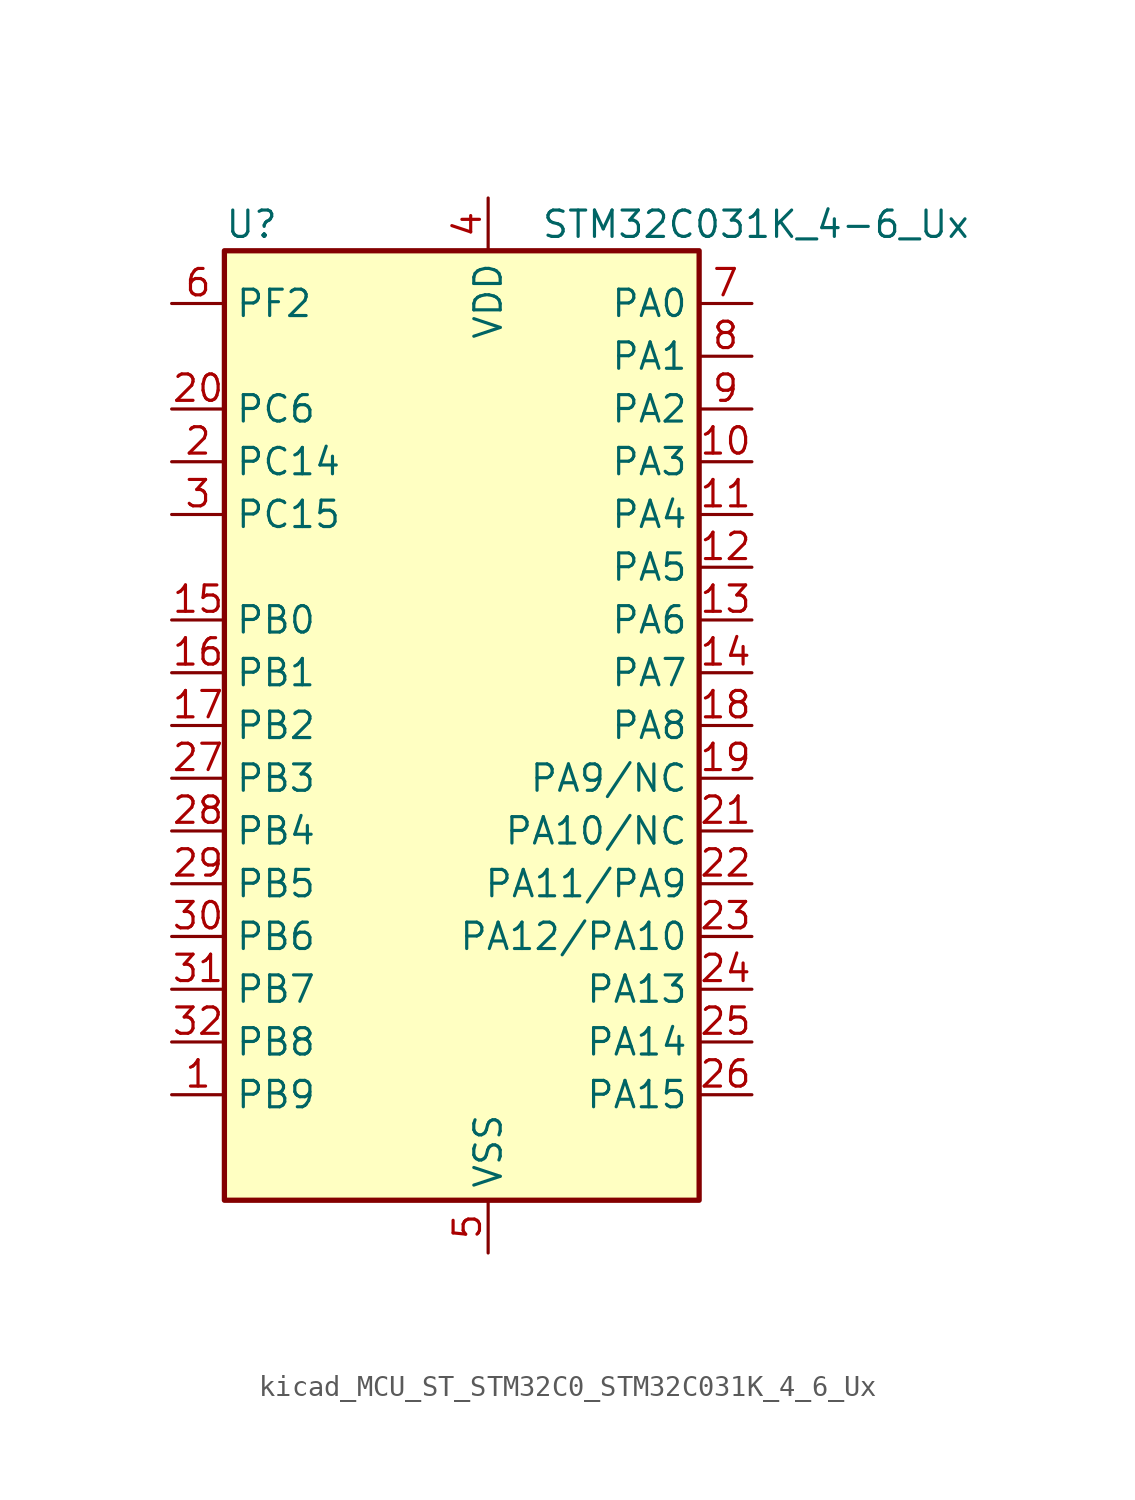
<source format=kicad_sym>
(kicad_symbol_lib
  (version 20220914)
  (generator kicad_symbol_editor)
  (symbol "kicad_MCU_ST_STM32C0_STM32C031K_4_6_Ux"
    (property "Reference" "U"
      (at -10.16 24.13 0)
      (effects (font (size 1.27 1.27)) (justify left)))
    (property "Value" "STM32C031K_4-6_Ux"
      (at 5.08 24.13 0)
      (effects (font (size 1.27 1.27)) (justify left)))
    (property "ki_locked" ""
      (at 0 0 0)
      (effects (font (size 1.27 1.27))))
    (symbol "kicad_MCU_ST_STM32C0_STM32C031K_4_6_Ux_0_1"
      (rectangle (start -10.16 -22.86) (end 12.7 22.86) (stroke (width 0.254) (type default)) (fill (type background))))
    (symbol "kicad_MCU_ST_STM32C0_STM32C031K_4_6_Ux_1_1"
      (pin bidirectional line (at -12.7 -17.78 0) (length 2.54) (name "PB9" (effects (font (size 1.27 1.27)))) (number "1" (effects (font (size 1.27 1.27)))) (alternate "I2C1_SDA" bidirectional line) (alternate "IR_OUT" bidirectional line) (alternate "TIM17_CH1" bidirectional line) (alternate "TIM3_CH2" bidirectional line) (alternate "USART2_CK" bidirectional line) (alternate "USART2_DE" bidirectional line) (alternate "USART2_RTS" bidirectional line))
      (pin bidirectional line (at 15.24 12.7 180) (length 2.54) (name "PA3" (effects (font (size 1.27 1.27)))) (number "10" (effects (font (size 1.27 1.27)))) (alternate "ADC1_IN3" bidirectional line) (alternate "TIM1_CH1N" bidirectional line) (alternate "TIM1_CH4" bidirectional line) (alternate "USART2_RX" bidirectional line))
      (pin bidirectional line (at 15.24 10.16 180) (length 2.54) (name "PA4" (effects (font (size 1.27 1.27)))) (number "11" (effects (font (size 1.27 1.27)))) (alternate "ADC1_IN4" bidirectional line) (alternate "I2S1_WS" bidirectional line) (alternate "PWR_WKUP2" bidirectional line) (alternate "RTC_OUT1" bidirectional line) (alternate "RTC_TS" bidirectional line) (alternate "SPI1_NSS" bidirectional line) (alternate "TIM14_CH1" bidirectional line) (alternate "TIM17_CH1N" bidirectional line) (alternate "TIM1_CH2N" bidirectional line) (alternate "USART2_TX" bidirectional line))
      (pin bidirectional line (at 15.24 7.62 180) (length 2.54) (name "PA5" (effects (font (size 1.27 1.27)))) (number "12" (effects (font (size 1.27 1.27)))) (alternate "ADC1_IN5" bidirectional line) (alternate "I2S1_CK" bidirectional line) (alternate "SPI1_SCK" bidirectional line) (alternate "TIM1_CH1" bidirectional line) (alternate "TIM1_CH3N" bidirectional line) (alternate "USART2_RX" bidirectional line))
      (pin bidirectional line (at 15.24 5.08 180) (length 2.54) (name "PA6" (effects (font (size 1.27 1.27)))) (number "13" (effects (font (size 1.27 1.27)))) (alternate "ADC1_IN6" bidirectional line) (alternate "I2S1_MCK" bidirectional line) (alternate "SPI1_MISO" bidirectional line) (alternate "TIM16_CH1" bidirectional line) (alternate "TIM1_BKIN" bidirectional line) (alternate "TIM3_CH1" bidirectional line))
      (pin bidirectional line (at 15.24 2.54 180) (length 2.54) (name "PA7" (effects (font (size 1.27 1.27)))) (number "14" (effects (font (size 1.27 1.27)))) (alternate "ADC1_IN7" bidirectional line) (alternate "I2S1_SD" bidirectional line) (alternate "SPI1_MOSI" bidirectional line) (alternate "TIM14_CH1" bidirectional line) (alternate "TIM17_CH1" bidirectional line) (alternate "TIM1_CH1N" bidirectional line) (alternate "TIM3_CH2" bidirectional line))
      (pin bidirectional line (at -12.7 5.08 0) (length 2.54) (name "PB0" (effects (font (size 1.27 1.27)))) (number "15" (effects (font (size 1.27 1.27)))) (alternate "ADC1_IN17" bidirectional line) (alternate "I2S1_WS" bidirectional line) (alternate "SPI1_NSS" bidirectional line) (alternate "TIM1_CH2N" bidirectional line) (alternate "TIM3_CH3" bidirectional line))
      (pin bidirectional line (at -12.7 2.54 0) (length 2.54) (name "PB1" (effects (font (size 1.27 1.27)))) (number "16" (effects (font (size 1.27 1.27)))) (alternate "ADC1_IN18" bidirectional line) (alternate "TIM14_CH1" bidirectional line) (alternate "TIM1_CH2N" bidirectional line) (alternate "TIM1_CH3N" bidirectional line) (alternate "TIM3_CH4" bidirectional line))
      (pin bidirectional line (at -12.7 0 0) (length 2.54) (name "PB2" (effects (font (size 1.27 1.27)))) (number "17" (effects (font (size 1.27 1.27)))) (alternate "ADC1_IN19" bidirectional line) (alternate "RCC_MCO_2" bidirectional line) (alternate "USART1_RX" bidirectional line))
      (pin bidirectional line (at 15.24 0 180) (length 2.54) (name "PA8" (effects (font (size 1.27 1.27)))) (number "18" (effects (font (size 1.27 1.27)))) (alternate "ADC1_IN8" bidirectional line) (alternate "I2S1_WS" bidirectional line) (alternate "RCC_MCO" bidirectional line) (alternate "RCC_MCO_2" bidirectional line) (alternate "SPI1_NSS" bidirectional line) (alternate "TIM14_CH1" bidirectional line) (alternate "TIM1_CH1" bidirectional line) (alternate "TIM1_CH2N" bidirectional line) (alternate "TIM1_CH3N" bidirectional line) (alternate "TIM3_CH3" bidirectional line) (alternate "TIM3_CH4" bidirectional line) (alternate "USART1_RX" bidirectional line) (alternate "USART2_TX" bidirectional line))
      (pin bidirectional line (at 15.24 -2.54 180) (length 2.54) (name "PA9/NC" (effects (font (size 1.27 1.27)))) (number "19" (effects (font (size 1.27 1.27)))) (alternate "I2C1_SCL" bidirectional line) (alternate "RCC_MCO" bidirectional line) (alternate "TIM1_CH2" bidirectional line) (alternate "TIM3_ETR" bidirectional line) (alternate "USART1_TX" bidirectional line))
      (pin bidirectional line (at -12.7 12.7 0) (length 2.54) (name "PC14" (effects (font (size 1.27 1.27)))) (number "2" (effects (font (size 1.27 1.27)))) (alternate "I2C1_SDA" bidirectional line) (alternate "IR_OUT" bidirectional line) (alternate "RCC_OSCX_IN" bidirectional line) (alternate "TIM17_CH1" bidirectional line) (alternate "TIM1_BKIN2" bidirectional line) (alternate "TIM1_ETR" bidirectional line) (alternate "TIM3_CH2" bidirectional line) (alternate "USART1_TX" bidirectional line) (alternate "USART2_CK" bidirectional line) (alternate "USART2_DE" bidirectional line) (alternate "USART2_RTS" bidirectional line))
      (pin bidirectional line (at -12.7 15.24 0) (length 2.54) (name "PC6" (effects (font (size 1.27 1.27)))) (number "20" (effects (font (size 1.27 1.27)))) (alternate "TIM3_CH1" bidirectional line))
      (pin bidirectional line (at 15.24 -5.08 180) (length 2.54) (name "PA10/NC" (effects (font (size 1.27 1.27)))) (number "21" (effects (font (size 1.27 1.27)))) (alternate "I2C1_SDA" bidirectional line) (alternate "RCC_MCO_2" bidirectional line) (alternate "TIM17_BKIN" bidirectional line) (alternate "TIM1_CH3" bidirectional line) (alternate "USART1_RX" bidirectional line))
      (pin bidirectional line (at 15.24 -7.62 180) (length 2.54) (name "PA11/PA9" (effects (font (size 1.27 1.27)))) (number "22" (effects (font (size 1.27 1.27)))) (alternate "ADC1_EXTI11" bidirectional line) (alternate "ADC1_IN11" bidirectional line) (alternate "I2S1_MCK" bidirectional line) (alternate "SPI1_MISO" bidirectional line) (alternate "TIM1_BKIN2" bidirectional line) (alternate "TIM1_CH4" bidirectional line) (alternate "USART1_CTS" bidirectional line) (alternate "USART1_NSS" bidirectional line))
      (pin bidirectional line (at 15.24 -10.16 180) (length 2.54) (name "PA12/PA10" (effects (font (size 1.27 1.27)))) (number "23" (effects (font (size 1.27 1.27)))) (alternate "ADC1_IN12" bidirectional line) (alternate "I2S1_SD" bidirectional line) (alternate "I2S_CKIN" bidirectional line) (alternate "SPI1_MOSI" bidirectional line) (alternate "TIM1_ETR" bidirectional line) (alternate "USART1_CK" bidirectional line) (alternate "USART1_DE" bidirectional line) (alternate "USART1_RTS" bidirectional line))
      (pin bidirectional line (at 15.24 -12.7 180) (length 2.54) (name "PA13" (effects (font (size 1.27 1.27)))) (number "24" (effects (font (size 1.27 1.27)))) (alternate "ADC1_IN13" bidirectional line) (alternate "DEBUG_SWDIO" bidirectional line) (alternate "IR_OUT" bidirectional line) (alternate "TIM3_ETR" bidirectional line) (alternate "USART2_RX" bidirectional line))
      (pin bidirectional line (at 15.24 -15.24 180) (length 2.54) (name "PA14" (effects (font (size 1.27 1.27)))) (number "25" (effects (font (size 1.27 1.27)))) (alternate "ADC1_IN14" bidirectional line) (alternate "DEBUG_SWCLK" bidirectional line) (alternate "I2S1_WS" bidirectional line) (alternate "RCC_MCO_2" bidirectional line) (alternate "SPI1_NSS" bidirectional line) (alternate "TIM1_CH1" bidirectional line) (alternate "USART1_CK" bidirectional line) (alternate "USART1_DE" bidirectional line) (alternate "USART1_RTS" bidirectional line) (alternate "USART2_RX" bidirectional line) (alternate "USART2_TX" bidirectional line))
      (pin bidirectional line (at 15.24 -17.78 180) (length 2.54) (name "PA15" (effects (font (size 1.27 1.27)))) (number "26" (effects (font (size 1.27 1.27)))) (alternate "I2S1_WS" bidirectional line) (alternate "RCC_MCO_2" bidirectional line) (alternate "SPI1_NSS" bidirectional line) (alternate "TIM1_CH1" bidirectional line) (alternate "USART1_CK" bidirectional line) (alternate "USART1_DE" bidirectional line) (alternate "USART1_RTS" bidirectional line) (alternate "USART2_RX" bidirectional line))
      (pin bidirectional line (at -12.7 -2.54 0) (length 2.54) (name "PB3" (effects (font (size 1.27 1.27)))) (number "27" (effects (font (size 1.27 1.27)))) (alternate "I2S1_CK" bidirectional line) (alternate "SPI1_SCK" bidirectional line) (alternate "TIM1_CH2" bidirectional line) (alternate "TIM3_CH2" bidirectional line) (alternate "USART1_CK" bidirectional line) (alternate "USART1_DE" bidirectional line) (alternate "USART1_RTS" bidirectional line))
      (pin bidirectional line (at -12.7 -5.08 0) (length 2.54) (name "PB4" (effects (font (size 1.27 1.27)))) (number "28" (effects (font (size 1.27 1.27)))) (alternate "I2S1_MCK" bidirectional line) (alternate "SPI1_MISO" bidirectional line) (alternate "TIM17_BKIN" bidirectional line) (alternate "TIM3_CH1" bidirectional line) (alternate "USART1_CTS" bidirectional line) (alternate "USART1_NSS" bidirectional line))
      (pin bidirectional line (at -12.7 -7.62 0) (length 2.54) (name "PB5" (effects (font (size 1.27 1.27)))) (number "29" (effects (font (size 1.27 1.27)))) (alternate "I2C1_SMBA" bidirectional line) (alternate "I2S1_SD" bidirectional line) (alternate "PWR_WKUP6" bidirectional line) (alternate "SPI1_MOSI" bidirectional line) (alternate "TIM16_BKIN" bidirectional line) (alternate "TIM3_CH2" bidirectional line) (alternate "TIM3_CH3" bidirectional line))
      (pin bidirectional line (at -12.7 10.16 0) (length 2.54) (name "PC15" (effects (font (size 1.27 1.27)))) (number "3" (effects (font (size 1.27 1.27)))) (alternate "RCC_OSC32_EN" bidirectional line) (alternate "RCC_OSCX_OUT" bidirectional line) (alternate "RCC_OSC_EN" bidirectional line) (alternate "TIM1_ETR" bidirectional line) (alternate "TIM3_CH3" bidirectional line))
      (pin bidirectional line (at -12.7 -10.16 0) (length 2.54) (name "PB6" (effects (font (size 1.27 1.27)))) (number "30" (effects (font (size 1.27 1.27)))) (alternate "I2C1_SCL" bidirectional line) (alternate "I2C1_SMBA" bidirectional line) (alternate "I2S1_CK" bidirectional line) (alternate "I2S1_MCK" bidirectional line) (alternate "I2S1_SD" bidirectional line) (alternate "PWR_WKUP3" bidirectional line) (alternate "SPI1_MISO" bidirectional line) (alternate "SPI1_MOSI" bidirectional line) (alternate "SPI1_SCK" bidirectional line) (alternate "TIM16_BKIN" bidirectional line) (alternate "TIM16_CH1N" bidirectional line) (alternate "TIM17_BKIN" bidirectional line) (alternate "TIM1_CH2" bidirectional line) (alternate "TIM1_CH3" bidirectional line) (alternate "TIM3_CH1" bidirectional line) (alternate "TIM3_CH2" bidirectional line) (alternate "TIM3_CH3" bidirectional line) (alternate "USART1_CK" bidirectional line) (alternate "USART1_CTS" bidirectional line) (alternate "USART1_DE" bidirectional line) (alternate "USART1_NSS" bidirectional line) (alternate "USART1_RTS" bidirectional line) (alternate "USART1_TX" bidirectional line))
      (pin bidirectional line (at -12.7 -12.7 0) (length 2.54) (name "PB7" (effects (font (size 1.27 1.27)))) (number "31" (effects (font (size 1.27 1.27)))) (alternate "I2C1_SCL" bidirectional line) (alternate "I2C1_SDA" bidirectional line) (alternate "RTC_REFIN" bidirectional line) (alternate "TIM16_CH1" bidirectional line) (alternate "TIM17_CH1N" bidirectional line) (alternate "TIM1_CH4" bidirectional line) (alternate "TIM3_CH1" bidirectional line) (alternate "TIM3_CH4" bidirectional line) (alternate "USART1_RX" bidirectional line) (alternate "USART2_CTS" bidirectional line) (alternate "USART2_NSS" bidirectional line))
      (pin bidirectional line (at -12.7 -15.24 0) (length 2.54) (name "PB8" (effects (font (size 1.27 1.27)))) (number "32" (effects (font (size 1.27 1.27)))) (alternate "I2C1_SCL" bidirectional line) (alternate "TIM16_CH1" bidirectional line) (alternate "TIM3_CH1" bidirectional line) (alternate "USART2_CTS" bidirectional line) (alternate "USART2_NSS" bidirectional line))
      (pin passive line (at 2.54 -25.4 90) (length 2.54) hide (name "VSS" (effects (font (size 1.27 1.27)))) (number "33" (effects (font (size 1.27 1.27)))))
      (pin power_in line (at 2.54 25.4 270) (length 2.54) (name "VDD" (effects (font (size 1.27 1.27)))) (number "4" (effects (font (size 1.27 1.27)))))
      (pin power_in line (at 2.54 -25.4 90) (length 2.54) (name "VSS" (effects (font (size 1.27 1.27)))) (number "5" (effects (font (size 1.27 1.27)))))
      (pin bidirectional line (at -12.7 20.32 0) (length 2.54) (name "PF2" (effects (font (size 1.27 1.27)))) (number "6" (effects (font (size 1.27 1.27)))) (alternate "RCC_MCO" bidirectional line) (alternate "TIM1_CH4" bidirectional line))
      (pin bidirectional line (at 15.24 20.32 180) (length 2.54) (name "PA0" (effects (font (size 1.27 1.27)))) (number "7" (effects (font (size 1.27 1.27)))) (alternate "ADC1_IN0" bidirectional line) (alternate "PWR_WKUP1" bidirectional line) (alternate "TIM16_CH1" bidirectional line) (alternate "TIM1_CH1" bidirectional line) (alternate "USART1_TX" bidirectional line) (alternate "USART2_CTS" bidirectional line) (alternate "USART2_NSS" bidirectional line))
      (pin bidirectional line (at 15.24 17.78 180) (length 2.54) (name "PA1" (effects (font (size 1.27 1.27)))) (number "8" (effects (font (size 1.27 1.27)))) (alternate "ADC1_IN1" bidirectional line) (alternate "I2C1_SMBA" bidirectional line) (alternate "I2S1_CK" bidirectional line) (alternate "SPI1_SCK" bidirectional line) (alternate "TIM17_CH1" bidirectional line) (alternate "TIM1_CH2" bidirectional line) (alternate "USART1_RX" bidirectional line) (alternate "USART2_CK" bidirectional line) (alternate "USART2_DE" bidirectional line) (alternate "USART2_RTS" bidirectional line))
      (pin bidirectional line (at 15.24 15.24 180) (length 2.54) (name "PA2" (effects (font (size 1.27 1.27)))) (number "9" (effects (font (size 1.27 1.27)))) (alternate "ADC1_IN2" bidirectional line) (alternate "I2S1_SD" bidirectional line) (alternate "PWR_WKUP4" bidirectional line) (alternate "RCC_LSCO" bidirectional line) (alternate "SPI1_MOSI" bidirectional line) (alternate "TIM16_CH1N" bidirectional line) (alternate "TIM1_CH3" bidirectional line) (alternate "TIM3_ETR" bidirectional line) (alternate "USART2_TX" bidirectional line)))))
</source>
